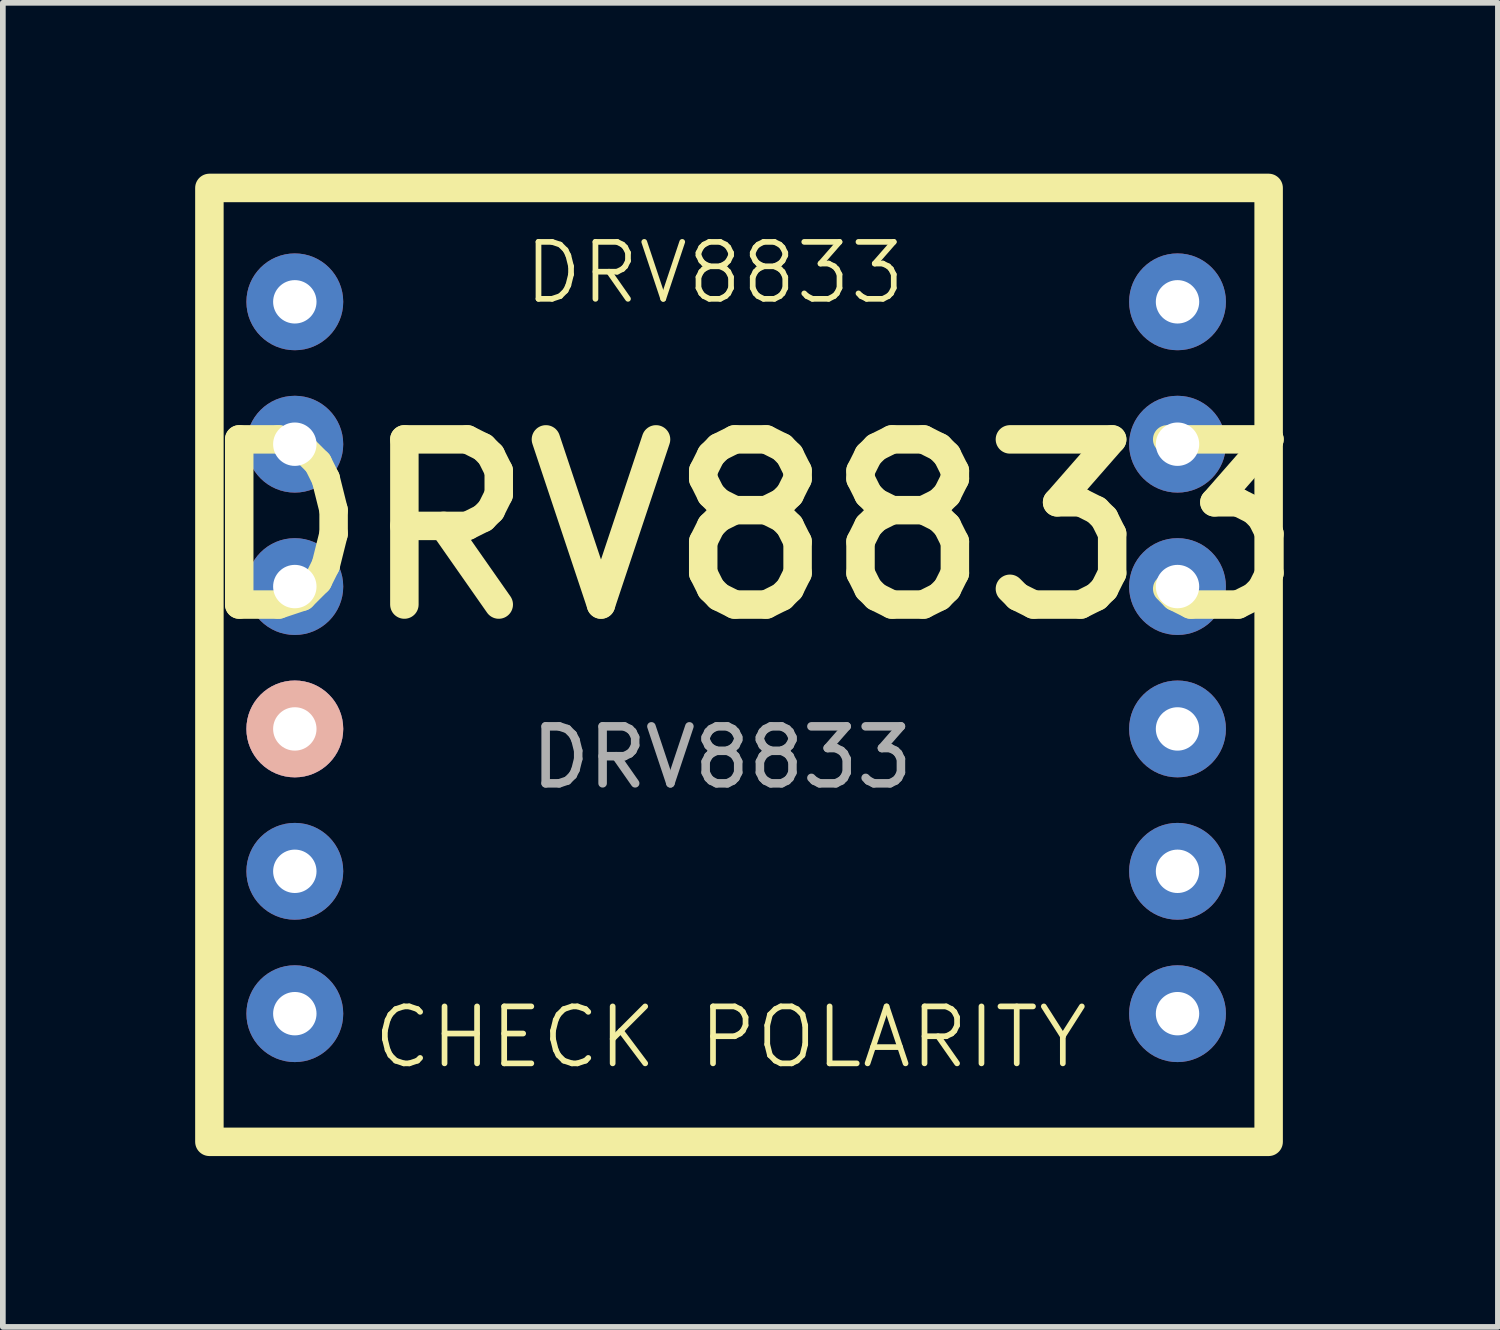
<source format=kicad_pcb>
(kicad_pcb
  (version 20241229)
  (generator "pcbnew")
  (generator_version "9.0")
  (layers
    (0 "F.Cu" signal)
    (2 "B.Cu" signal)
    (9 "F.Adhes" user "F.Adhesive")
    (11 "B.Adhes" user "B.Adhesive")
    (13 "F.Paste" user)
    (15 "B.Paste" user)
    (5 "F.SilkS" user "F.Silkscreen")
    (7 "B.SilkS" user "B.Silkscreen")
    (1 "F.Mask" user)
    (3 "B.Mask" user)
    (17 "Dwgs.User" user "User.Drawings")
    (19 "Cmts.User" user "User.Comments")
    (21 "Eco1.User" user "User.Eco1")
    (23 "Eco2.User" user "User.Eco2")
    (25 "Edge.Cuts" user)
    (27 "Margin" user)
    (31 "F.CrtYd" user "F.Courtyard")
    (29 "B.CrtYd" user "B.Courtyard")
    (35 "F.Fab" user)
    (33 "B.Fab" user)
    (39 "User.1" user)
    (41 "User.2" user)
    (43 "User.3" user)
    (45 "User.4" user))
  (footprint "DRV8833"
    (layer "F.Cu")
    (at 8.127 12.25)
    (property "Reference" "DRV8833" (at 2 -6 0) (unlocked yes) (layer "F.SilkS") (effects (font (size 2.9 2.9) (thickness 0.5))))
    (attr through_hole)
    (fp_rect (start -7.5 -12) (end 11.1 4.75) (stroke (width 0.5) (type default)) (fill no) (layer "F.SilkS"))
    (fp_text user "CHECK POLARITY" (at -4.675 3.5 0) (unlocked yes) (layer "F.SilkS") (effects (font (size 1 1) (thickness 0.1)) (justify left bottom)))
    (fp_text user "DRV8833" (at -2.025 -9.925 0) (unlocked yes) (layer "F.SilkS") (effects (font (size 1 1) (thickness 0.1)) (justify left bottom)))
    (fp_text user "${REFERENCE}" (at 1.5 -2 0) (unlocked yes) (layer "F.Fab") (effects (font (size 1 1) (thickness 0.15))))
    (pad "1" thru_hole circle (at -6 -10) (size 1.7 1.7) (drill 0.762) (layers "*.Cu" "*.Mask"))
    (pad "2" thru_hole circle (at -6 -7.5) (size 1.7 1.7) (drill 0.762) (layers "*.Cu" "*.Mask"))
    (pad "3" thru_hole circle (at -6 -5) (size 1.7 1.7) (drill 0.762) (layers "*.Cu" "*.Mask"))
    (pad "4" thru_hole circle (at -6 -2.5) (size 1.7 1.7) (drill 0.762) (layers "*.Cu" "*.Mask" "B.SilkS"))
    (pad "5" thru_hole circle (at -6 0) (size 1.7 1.7) (drill 0.762) (layers "*.Cu" "*.Mask"))
    (pad "6" thru_hole circle (at -6 2.5) (size 1.7 1.7) (drill 0.762) (layers "*.Cu" "*.Mask" "Eco2.User"))
    (pad "7" thru_hole circle (at 9.5 -10) (size 1.7 1.7) (drill 0.762) (layers "*.Cu" "*.Mask"))
    (pad "8" thru_hole circle (at 9.5 -7.5) (size 1.7 1.7) (drill 0.762) (layers "*.Cu" "*.Mask"))
    (pad "9" thru_hole circle (at 9.5 -5) (size 1.7 1.7) (drill 0.762) (layers "*.Cu" "*.Mask"))
    (pad "10" thru_hole circle (at 9.5 -2.5) (size 1.7 1.7) (drill 0.762) (layers "*.Cu" "*.Mask"))
    (pad "11" thru_hole circle (at 9.5 0) (size 1.7 1.7) (drill 0.762) (layers "*.Cu" "*.Mask"))
    (pad "12" thru_hole circle (at 9.5 2.5) (size 1.7 1.7) (drill 0.762) (layers "*.Cu" "*.Mask")))
  (gr_rect
    (start -3 -3)
    (end 23.253 20.25)
    (stroke (width 0.1) (type default))
    (fill no)
    (layer "Edge.Cuts")))
</source>
